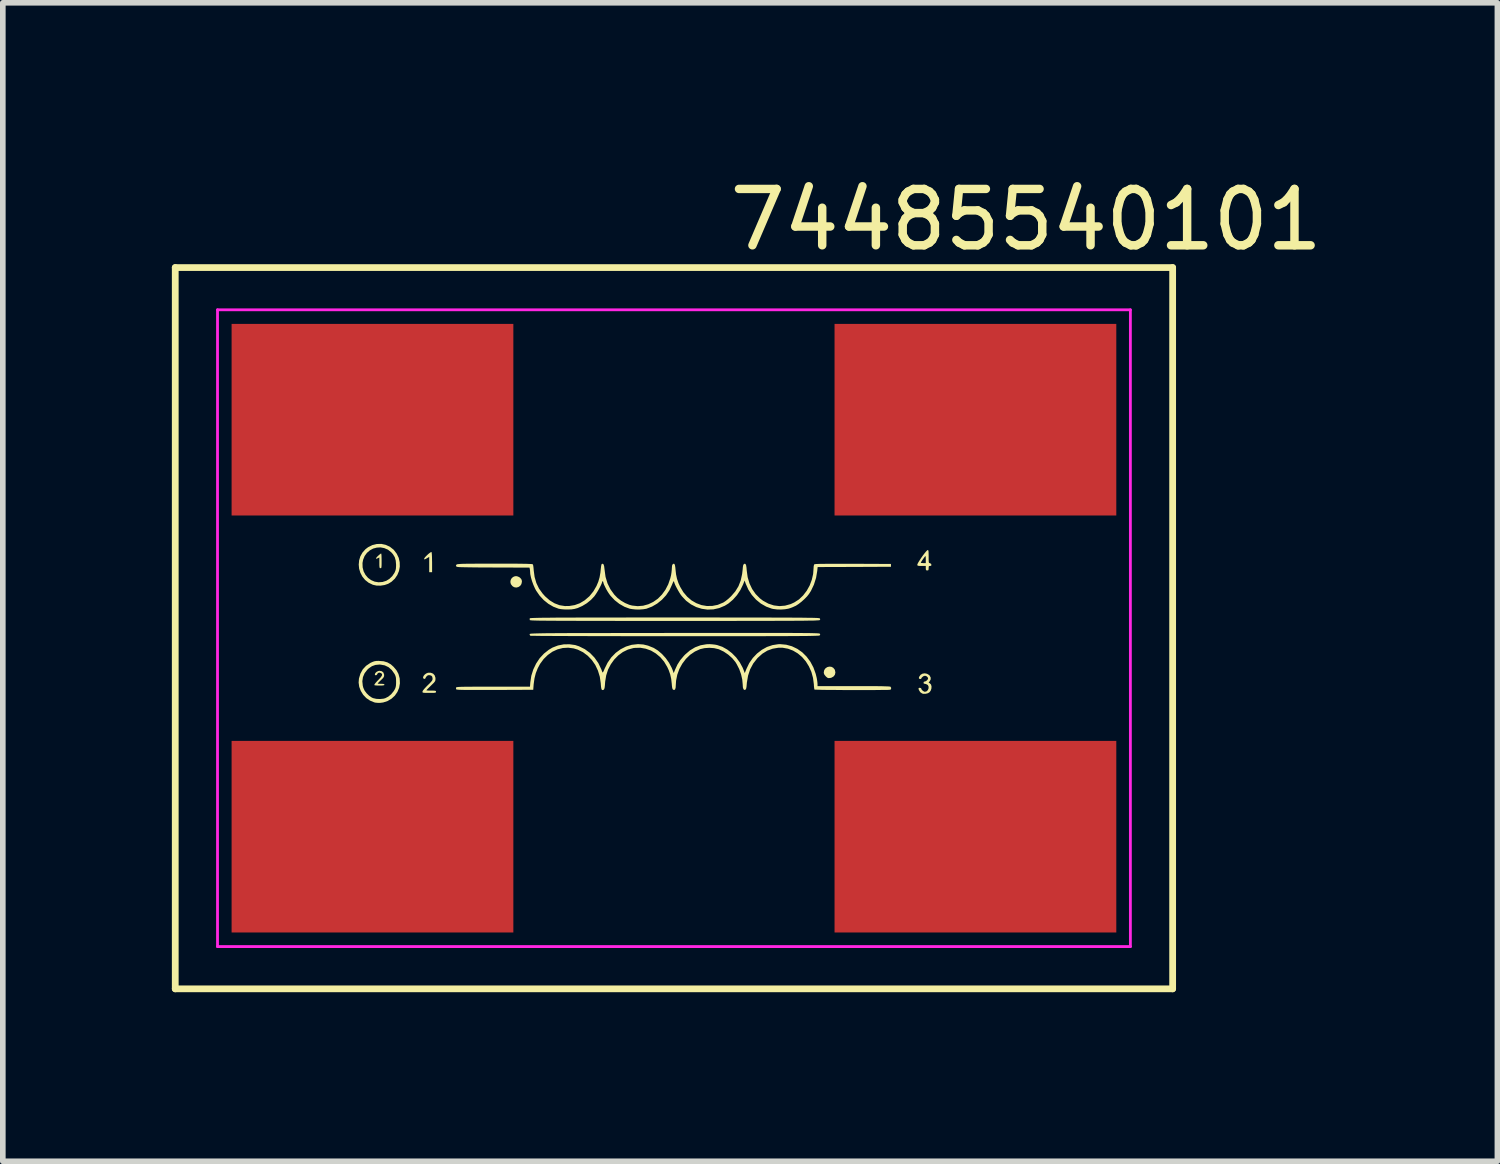
<source format=kicad_pcb>
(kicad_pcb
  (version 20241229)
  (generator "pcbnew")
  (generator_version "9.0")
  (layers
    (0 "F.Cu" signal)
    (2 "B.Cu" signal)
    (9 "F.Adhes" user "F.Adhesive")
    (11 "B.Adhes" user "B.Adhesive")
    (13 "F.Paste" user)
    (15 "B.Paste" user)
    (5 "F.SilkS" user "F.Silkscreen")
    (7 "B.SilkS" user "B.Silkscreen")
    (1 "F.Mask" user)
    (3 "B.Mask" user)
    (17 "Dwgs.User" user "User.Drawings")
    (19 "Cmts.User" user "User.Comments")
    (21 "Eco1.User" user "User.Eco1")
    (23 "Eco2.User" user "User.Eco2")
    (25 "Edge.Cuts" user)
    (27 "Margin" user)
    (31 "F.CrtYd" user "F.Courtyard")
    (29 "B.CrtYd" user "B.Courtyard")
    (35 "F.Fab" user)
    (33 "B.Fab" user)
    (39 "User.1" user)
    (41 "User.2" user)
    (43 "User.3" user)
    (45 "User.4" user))
  (footprint "74485540101"
    (layer "F.Cu")
    (at 8.91 8.098)
    (property "Reference" "74485540101" (at 6.25 -7.25 180) (layer "F.SilkS") (effects (font (size 1 1) (thickness 0.15))))
    (attr smd)
    (fp_line (start -8.85 -6.4) (end 8.85 -6.4) (stroke (width 0.12) (type default)) (layer "F.SilkS"))
    (fp_line (start -8.85 6.4) (end -8.85 -6.4) (stroke (width 0.12) (type default)) (layer "F.SilkS"))
    (fp_line (start 8.85 -6.4) (end 8.85 6.4) (stroke (width 0.12) (type default)) (layer "F.SilkS"))
    (fp_line (start 8.85 6.4) (end -8.85 6.4) (stroke (width 0.12) (type default)) (layer "F.SilkS"))
    (fp_poly (pts (xy -2.749 -0.908) (xy -2.731 -0.895) (xy -2.709 -0.871) (xy -2.7 -0.846) (xy -2.698 -0.825) (xy -2.707 -0.783) (xy -2.729 -0.751) (xy -2.761 -0.73) (xy -2.799 -0.721) (xy -2.837 -0.728) (xy -2.867 -0.747) (xy -2.894 -0.782) (xy -2.903 -0.819) (xy -2.898 -0.854) (xy -2.882 -0.884) (xy -2.856 -0.908) (xy -2.823 -0.922) (xy -2.787 -0.923)) (stroke (width 0) (type solid)) (fill yes) (layer "F.SilkS"))
    (fp_poly (pts (xy 2.793 0.685) (xy 2.826 0.702) (xy 2.851 0.732) (xy 2.856 0.741) (xy 2.865 0.786) (xy 2.856 0.826) (xy 2.831 0.858) (xy 2.793 0.879) (xy 2.77 0.884) (xy 2.744 0.886) (xy 2.724 0.88) (xy 2.703 0.863) (xy 2.694 0.854) (xy 2.67 0.825) (xy 2.66 0.798) (xy 2.659 0.783) (xy 2.667 0.743) (xy 2.689 0.712) (xy 2.72 0.691) (xy 2.756 0.682)) (stroke (width 0) (type solid)) (fill yes) (layer "F.SilkS"))
    (fp_poly (pts (xy -4.299 -1.339) (xy -4.296 -1.309) (xy -4.294 -1.263) (xy -4.293 -1.203) (xy -4.292 -1.17) (xy -4.292 -0.994) (xy -4.318 -0.994) (xy -4.343 -0.994) (xy -4.343 -1.129) (xy -4.343 -1.265) (xy -4.388 -1.239) (xy -4.414 -1.225) (xy -4.428 -1.221) (xy -4.433 -1.225) (xy -4.433 -1.232) (xy -4.426 -1.247) (xy -4.408 -1.269) (xy -4.383 -1.294) (xy -4.356 -1.319) (xy -4.33 -1.339) (xy -4.311 -1.351) (xy -4.303 -1.352)) (stroke (width 0) (type solid)) (fill yes) (layer "F.SilkS"))
    (fp_poly (pts (xy -5.193 -1.317) (xy -5.19 -1.291) (xy -5.189 -1.253) (xy -5.188 -1.205) (xy -5.188 -1.196) (xy -5.188 -1.142) (xy -5.189 -1.106) (xy -5.191 -1.083) (xy -5.194 -1.071) (xy -5.2 -1.066) (xy -5.208 -1.065) (xy -5.217 -1.066) (xy -5.223 -1.073) (xy -5.226 -1.089) (xy -5.228 -1.118) (xy -5.228 -1.161) (xy -5.228 -1.256) (xy -5.258 -1.241) (xy -5.28 -1.232) (xy -5.288 -1.236) (xy -5.282 -1.25) (xy -5.262 -1.273) (xy -5.246 -1.288) (xy -5.222 -1.309) (xy -5.203 -1.323) (xy -5.196 -1.326)) (stroke (width 0) (type solid)) (fill yes) (layer "F.SilkS"))
    (fp_poly (pts (xy -5.184 0.764) (xy -5.157 0.786) (xy -5.144 0.821) (xy -5.143 0.832) (xy -5.145 0.853) (xy -5.153 0.872) (xy -5.169 0.892) (xy -5.198 0.92) (xy -5.201 0.923) (xy -5.228 0.949) (xy -5.248 0.969) (xy -5.258 0.981) (xy -5.258 0.982) (xy -5.249 0.985) (xy -5.225 0.987) (xy -5.198 0.987) (xy -5.163 0.988) (xy -5.144 0.993) (xy -5.138 1.001) (xy -5.137 1.002) (xy -5.141 1.01) (xy -5.154 1.014) (xy -5.179 1.017) (xy -5.221 1.017) (xy -5.228 1.017) (xy -5.268 1.017) (xy -5.299 1.015) (xy -5.316 1.011) (xy -5.318 1.01) (xy -5.312 0.993) (xy -5.292 0.967) (xy -5.258 0.93) (xy -5.234 0.906) (xy -5.199 0.867) (xy -5.181 0.837) (xy -5.18 0.815) (xy -5.195 0.799) (xy -5.202 0.795) (xy -5.232 0.788) (xy -5.255 0.798) (xy -5.265 0.816) (xy -5.276 0.831) (xy -5.292 0.836) (xy -5.305 0.831) (xy -5.308 0.821) (xy -5.3 0.797) (xy -5.277 0.775) (xy -5.248 0.76) (xy -5.224 0.756)) (stroke (width 0) (type solid)) (fill yes) (layer "F.SilkS"))
    (fp_poly (pts (xy 4.491 0.809) (xy 4.527 0.83) (xy 4.539 0.843) (xy 4.557 0.878) (xy 4.555 0.912) (xy 4.539 0.94) (xy 4.519 0.966) (xy 4.539 0.977) (xy 4.561 0.999) (xy 4.571 1.032) (xy 4.569 1.07) (xy 4.557 1.107) (xy 4.536 1.136) (xy 4.507 1.154) (xy 4.468 1.164) (xy 4.428 1.165) (xy 4.404 1.159) (xy 4.37 1.135) (xy 4.347 1.097) (xy 4.343 1.085) (xy 4.34 1.066) (xy 4.349 1.059) (xy 4.363 1.058) (xy 4.382 1.062) (xy 4.389 1.071) (xy 4.397 1.092) (xy 4.418 1.112) (xy 4.442 1.126) (xy 4.455 1.128) (xy 4.484 1.12) (xy 4.506 1.098) (xy 4.518 1.069) (xy 4.519 1.038) (xy 4.507 1.012) (xy 4.497 1.003) (xy 4.472 0.991) (xy 4.452 0.987) (xy 4.433 0.982) (xy 4.429 0.967) (xy 4.436 0.95) (xy 4.449 0.947) (xy 4.471 0.94) (xy 4.493 0.923) (xy 4.508 0.902) (xy 4.51 0.894) (xy 4.501 0.868) (xy 4.478 0.85) (xy 4.454 0.844) (xy 4.425 0.853) (xy 4.399 0.875) (xy 4.387 0.897) (xy 4.376 0.903) (xy 4.362 0.9) (xy 4.348 0.893) (xy 4.346 0.882) (xy 4.353 0.861) (xy 4.354 0.859) (xy 4.377 0.827) (xy 4.411 0.807) (xy 4.451 0.801)) (stroke (width 0) (type solid)) (fill yes) (layer "F.SilkS"))
    (fp_poly (pts (xy -4.275 0.806) (xy -4.247 0.836) (xy -4.233 0.878) (xy -4.232 0.894) (xy -4.233 0.916) (xy -4.236 0.933) (xy -4.245 0.949) (xy -4.262 0.97) (xy -4.29 0.997) (xy -4.312 1.019) (xy -4.345 1.051) (xy -4.371 1.077) (xy -4.388 1.095) (xy -4.393 1.102) (xy -4.384 1.105) (xy -4.359 1.107) (xy -4.323 1.108) (xy -4.307 1.108) (xy -4.266 1.108) (xy -4.241 1.11) (xy -4.227 1.114) (xy -4.223 1.121) (xy -4.222 1.128) (xy -4.223 1.137) (xy -4.229 1.142) (xy -4.243 1.146) (xy -4.268 1.148) (xy -4.307 1.148) (xy -4.343 1.148) (xy -4.394 1.148) (xy -4.428 1.147) (xy -4.448 1.145) (xy -4.459 1.141) (xy -4.463 1.134) (xy -4.463 1.126) (xy -4.455 1.107) (xy -4.431 1.077) (xy -4.392 1.035) (xy -4.372 1.015) (xy -4.334 0.978) (xy -4.309 0.951) (xy -4.294 0.932) (xy -4.286 0.917) (xy -4.284 0.902) (xy -4.284 0.889) (xy -4.29 0.86) (xy -4.306 0.843) (xy -4.314 0.839) (xy -4.349 0.832) (xy -4.379 0.843) (xy -4.401 0.868) (xy -4.404 0.875) (xy -4.415 0.896) (xy -4.43 0.9) (xy -4.434 0.9) (xy -4.45 0.888) (xy -4.452 0.869) (xy -4.442 0.846) (xy -4.423 0.823) (xy -4.398 0.804) (xy -4.368 0.792) (xy -4.365 0.791) (xy -4.315 0.791)) (stroke (width 0) (type solid)) (fill yes) (layer "F.SilkS"))
    (fp_poly (pts (xy 4.51 -1.385) (xy 4.515 -1.377) (xy 4.518 -1.36) (xy 4.519 -1.329) (xy 4.52 -1.283) (xy 4.52 -1.272) (xy 4.52 -1.222) (xy 4.521 -1.189) (xy 4.523 -1.169) (xy 4.528 -1.159) (xy 4.535 -1.155) (xy 4.542 -1.154) (xy 4.563 -1.142) (xy 4.568 -1.128) (xy 4.567 -1.111) (xy 4.552 -1.105) (xy 4.545 -1.105) (xy 4.529 -1.103) (xy 4.521 -1.093) (xy 4.52 -1.069) (xy 4.52 -1.065) (xy 4.518 -1.039) (xy 4.512 -1.027) (xy 4.497 -1.025) (xy 4.494 -1.025) (xy 4.478 -1.027) (xy 4.471 -1.037) (xy 4.469 -1.061) (xy 4.469 -1.065) (xy 4.469 -1.105) (xy 4.394 -1.105) (xy 4.355 -1.105) (xy 4.333 -1.108) (xy 4.322 -1.113) (xy 4.319 -1.121) (xy 4.318 -1.126) (xy 4.324 -1.143) (xy 4.334 -1.162) (xy 4.379 -1.162) (xy 4.388 -1.158) (xy 4.411 -1.156) (xy 4.424 -1.155) (xy 4.469 -1.155) (xy 4.469 -1.223) (xy 4.468 -1.255) (xy 4.465 -1.276) (xy 4.461 -1.281) (xy 4.461 -1.281) (xy 4.447 -1.263) (xy 4.429 -1.238) (xy 4.409 -1.21) (xy 4.392 -1.184) (xy 4.381 -1.166) (xy 4.379 -1.162) (xy 4.334 -1.162) (xy 4.339 -1.172) (xy 4.362 -1.208) (xy 4.388 -1.248) (xy 4.417 -1.289) (xy 4.446 -1.327) (xy 4.471 -1.358) (xy 4.491 -1.379) (xy 4.502 -1.387)) (stroke (width 0) (type solid)) (fill yes) (layer "F.SilkS"))
    (fp_poly (pts (xy -5.115 -1.479) (xy -5.042 -1.446) (xy -4.977 -1.395) (xy -4.97 -1.388) (xy -4.919 -1.321) (xy -4.884 -1.248) (xy -4.867 -1.171) (xy -4.865 -1.093) (xy -4.879 -1.016) (xy -4.909 -0.944) (xy -4.953 -0.879) (xy -5.012 -0.824) (xy -5.071 -0.788) (xy -5.135 -0.766) (xy -5.206 -0.755) (xy -5.277 -0.756) (xy -5.341 -0.77) (xy -5.344 -0.771) (xy -5.419 -0.807) (xy -5.481 -0.856) (xy -5.53 -0.916) (xy -5.565 -0.983) (xy -5.587 -1.055) (xy -5.594 -1.13) (xy -5.591 -1.157) (xy -5.527 -1.157) (xy -5.525 -1.079) (xy -5.507 -1.008) (xy -5.474 -0.946) (xy -5.429 -0.893) (xy -5.374 -0.853) (xy -5.311 -0.826) (xy -5.243 -0.815) (xy -5.172 -0.82) (xy -5.105 -0.841) (xy -5.05 -0.875) (xy -5 -0.923) (xy -4.961 -0.98) (xy -4.956 -0.99) (xy -4.943 -1.021) (xy -4.935 -1.051) (xy -4.932 -1.09) (xy -4.931 -1.125) (xy -4.937 -1.198) (xy -4.954 -1.259) (xy -4.986 -1.312) (xy -5.016 -1.346) (xy -5.075 -1.393) (xy -5.14 -1.421) (xy -5.207 -1.434) (xy -5.273 -1.43) (xy -5.338 -1.413) (xy -5.397 -1.381) (xy -5.448 -1.337) (xy -5.489 -1.281) (xy -5.516 -1.215) (xy -5.527 -1.157) (xy -5.591 -1.157) (xy -5.587 -1.204) (xy -5.565 -1.276) (xy -5.527 -1.343) (xy -5.474 -1.402) (xy -5.428 -1.437) (xy -5.352 -1.475) (xy -5.273 -1.494) (xy -5.193 -1.496)) (stroke (width 0) (type solid)) (fill yes) (layer "F.SilkS"))
    (fp_poly (pts (xy -5.233 0.581) (xy -5.153 0.587) (xy -5.085 0.607) (xy -5.024 0.642) (xy -4.976 0.685) (xy -4.924 0.746) (xy -4.889 0.811) (xy -4.869 0.884) (xy -4.867 0.893) (xy -4.863 0.978) (xy -4.877 1.058) (xy -4.908 1.132) (xy -4.953 1.197) (xy -5.012 1.251) (xy -5.081 1.292) (xy -5.159 1.318) (xy -5.213 1.325) (xy -5.255 1.325) (xy -5.298 1.321) (xy -5.319 1.316) (xy -5.394 1.285) (xy -5.46 1.24) (xy -5.515 1.182) (xy -5.557 1.114) (xy -5.585 1.041) (xy -5.596 0.964) (xy -5.594 0.942) (xy -5.53 0.942) (xy -5.522 1.022) (xy -5.512 1.059) (xy -5.49 1.107) (xy -5.454 1.155) (xy -5.41 1.198) (xy -5.363 1.23) (xy -5.339 1.241) (xy -5.282 1.254) (xy -5.218 1.257) (xy -5.156 1.251) (xy -5.125 1.243) (xy -5.07 1.215) (xy -5.018 1.172) (xy -4.975 1.119) (xy -4.961 1.097) (xy -4.946 1.068) (xy -4.938 1.043) (xy -4.933 1.014) (xy -4.931 0.976) (xy -4.931 0.952) (xy -4.932 0.906) (xy -4.935 0.874) (xy -4.942 0.848) (xy -4.953 0.822) (xy -4.961 0.808) (xy -5.008 0.742) (xy -5.065 0.692) (xy -5.132 0.66) (xy -5.207 0.646) (xy -5.228 0.645) (xy -5.298 0.652) (xy -5.359 0.674) (xy -5.415 0.712) (xy -5.44 0.735) (xy -5.489 0.798) (xy -5.519 0.867) (xy -5.53 0.942) (xy -5.594 0.942) (xy -5.59 0.893) (xy -5.564 0.806) (xy -5.522 0.73) (xy -5.464 0.668) (xy -5.392 0.619) (xy -5.381 0.613) (xy -5.343 0.596) (xy -5.312 0.586) (xy -5.279 0.581) (xy -5.235 0.58)) (stroke (width 0) (type solid)) (fill yes) (layer "F.SilkS"))
    (fp_poly (pts (xy 1.522 0.084) (xy 1.672 0.084) (xy 1.808 0.084) (xy 1.929 0.084) (xy 2.038 0.084) (xy 2.134 0.085) (xy 2.219 0.085) (xy 2.293 0.086) (xy 2.356 0.086) (xy 2.41 0.087) (xy 2.456 0.088) (xy 2.493 0.089) (xy 2.523 0.09) (xy 2.547 0.091) (xy 2.564 0.092) (xy 2.576 0.094) (xy 2.584 0.095) (xy 2.588 0.097) (xy 2.588 0.097) (xy 2.596 0.113) (xy 2.588 0.127) (xy 2.585 0.129) (xy 2.579 0.13) (xy 2.568 0.132) (xy 2.552 0.133) (xy 2.53 0.134) (xy 2.502 0.135) (xy 2.466 0.136) (xy 2.423 0.137) (xy 2.371 0.138) (xy 2.309 0.139) (xy 2.238 0.139) (xy 2.156 0.14) (xy 2.062 0.14) (xy 1.956 0.141) (xy 1.838 0.141) (xy 1.705 0.141) (xy 1.559 0.142) (xy 1.397 0.142) (xy 1.22 0.142) (xy 1.026 0.142) (xy 0.815 0.142) (xy 0.587 0.142) (xy 0.34 0.142) (xy 0.073 0.142) (xy 0.019 0.142) (xy -0.206 0.142) (xy -0.427 0.142) (xy -0.641 0.142) (xy -0.848 0.142) (xy -1.048 0.141) (xy -1.239 0.141) (xy -1.42 0.141) (xy -1.591 0.14) (xy -1.751 0.14) (xy -1.899 0.139) (xy -2.034 0.139) (xy -2.155 0.138) (xy -2.262 0.137) (xy -2.353 0.137) (xy -2.428 0.136) (xy -2.486 0.135) (xy -2.526 0.135) (xy -2.547 0.134) (xy -2.551 0.133) (xy -2.56 0.117) (xy -2.561 0.106) (xy -2.56 0.104) (xy -2.558 0.102) (xy -2.554 0.1) (xy -2.547 0.099) (xy -2.537 0.097) (xy -2.523 0.096) (xy -2.504 0.095) (xy -2.479 0.094) (xy -2.448 0.093) (xy -2.411 0.092) (xy -2.365 0.091) (xy -2.311 0.09) (xy -2.247 0.089) (xy -2.174 0.089) (xy -2.09 0.088) (xy -1.994 0.088) (xy -1.886 0.087) (xy -1.766 0.087) (xy -1.632 0.087) (xy -1.483 0.086) (xy -1.32 0.086) (xy -1.141 0.086) (xy -0.945 0.085) (xy -0.732 0.085) (xy -0.501 0.085) (xy -0.251 0.085) (xy 0.009 0.084) (xy 0.28 0.084) (xy 0.532 0.084) (xy 0.764 0.084) (xy 0.979 0.084) (xy 1.176 0.084) (xy 1.357 0.084)) (stroke (width 0) (type solid)) (fill yes) (layer "F.SilkS"))
    (fp_poly (pts (xy 0.282 -0.19) (xy 0.534 -0.19) (xy 0.766 -0.19) (xy 0.981 -0.189) (xy 1.178 -0.189) (xy 1.359 -0.189) (xy 1.524 -0.189) (xy 1.674 -0.189) (xy 1.809 -0.188) (xy 1.931 -0.188) (xy 2.039 -0.188) (xy 2.136 -0.187) (xy 2.22 -0.187) (xy 2.294 -0.186) (xy 2.358 -0.185) (xy 2.412 -0.185) (xy 2.457 -0.184) (xy 2.494 -0.183) (xy 2.524 -0.182) (xy 2.547 -0.181) (xy 2.565 -0.179) (xy 2.577 -0.178) (xy 2.584 -0.176) (xy 2.588 -0.175) (xy 2.588 -0.175) (xy 2.596 -0.158) (xy 2.588 -0.144) (xy 2.585 -0.143) (xy 2.579 -0.141) (xy 2.568 -0.14) (xy 2.552 -0.139) (xy 2.53 -0.138) (xy 2.502 -0.136) (xy 2.466 -0.135) (xy 2.423 -0.135) (xy 2.371 -0.134) (xy 2.309 -0.133) (xy 2.238 -0.132) (xy 2.156 -0.132) (xy 2.062 -0.131) (xy 1.957 -0.131) (xy 1.838 -0.131) (xy 1.706 -0.13) (xy 1.56 -0.13) (xy 1.398 -0.13) (xy 1.221 -0.13) (xy 1.028 -0.129) (xy 0.817 -0.129) (xy 0.588 -0.129) (xy 0.341 -0.129) (xy 0.075 -0.129) (xy 0.011 -0.129) (xy -0.259 -0.129) (xy -0.51 -0.129) (xy -0.743 -0.129) (xy -0.957 -0.129) (xy -1.155 -0.13) (xy -1.335 -0.13) (xy -1.5 -0.13) (xy -1.65 -0.13) (xy -1.785 -0.131) (xy -1.906 -0.131) (xy -2.015 -0.131) (xy -2.111 -0.132) (xy -2.195 -0.132) (xy -2.269 -0.133) (xy -2.332 -0.134) (xy -2.386 -0.134) (xy -2.431 -0.135) (xy -2.467 -0.136) (xy -2.497 -0.137) (xy -2.52 -0.138) (xy -2.537 -0.14) (xy -2.548 -0.141) (xy -2.555 -0.142) (xy -2.558 -0.144) (xy -2.559 -0.144) (xy -2.56 -0.167) (xy -2.559 -0.175) (xy -2.556 -0.176) (xy -2.55 -0.178) (xy -2.54 -0.179) (xy -2.525 -0.18) (xy -2.504 -0.181) (xy -2.476 -0.182) (xy -2.441 -0.183) (xy -2.399 -0.184) (xy -2.347 -0.185) (xy -2.287 -0.186) (xy -2.216 -0.186) (xy -2.135 -0.187) (xy -2.042 -0.188) (xy -1.937 -0.188) (xy -1.819 -0.188) (xy -1.688 -0.189) (xy -1.542 -0.189) (xy -1.382 -0.189) (xy -1.205 -0.189) (xy -1.013 -0.189) (xy -0.803 -0.19) (xy -0.575 -0.19) (xy -0.329 -0.19) (xy -0.064 -0.19) (xy 0.011 -0.19)) (stroke (width 0) (type solid)) (fill yes) (layer "F.SilkS"))
    (fp_poly (pts (xy 1.992 0.293) (xy 2.094 0.321) (xy 2.19 0.367) (xy 2.277 0.428) (xy 2.354 0.505) (xy 2.421 0.595) (xy 2.475 0.697) (xy 2.516 0.811) (xy 2.534 0.885) (xy 2.541 0.927) (xy 2.546 0.965) (xy 2.548 0.993) (xy 2.548 0.993) (xy 2.548 1.028) (xy 3.19 1.028) (xy 3.328 1.028) (xy 3.446 1.028) (xy 3.547 1.028) (xy 3.631 1.029) (xy 3.699 1.03) (xy 3.753 1.032) (xy 3.793 1.033) (xy 3.821 1.035) (xy 3.838 1.037) (xy 3.844 1.04) (xy 3.855 1.06) (xy 3.852 1.081) (xy 3.84 1.092) (xy 3.826 1.093) (xy 3.795 1.095) (xy 3.748 1.096) (xy 3.687 1.096) (xy 3.614 1.097) (xy 3.532 1.098) (xy 3.442 1.098) (xy 3.346 1.098) (xy 3.247 1.098) (xy 3.146 1.098) (xy 3.046 1.098) (xy 2.948 1.097) (xy 2.854 1.096) (xy 2.767 1.096) (xy 2.688 1.095) (xy 2.62 1.094) (xy 2.565 1.092) (xy 2.524 1.091) (xy 2.499 1.09) (xy 2.493 1.089) (xy 2.49 1.075) (xy 2.486 1.046) (xy 2.483 1.009) (xy 2.483 0.997) (xy 2.468 0.883) (xy 2.439 0.776) (xy 2.395 0.678) (xy 2.34 0.589) (xy 2.274 0.512) (xy 2.198 0.448) (xy 2.114 0.398) (xy 2.024 0.364) (xy 1.929 0.347) (xy 1.853 0.347) (xy 1.752 0.364) (xy 1.658 0.398) (xy 1.57 0.452) (xy 1.489 0.524) (xy 1.478 0.536) (xy 1.407 0.627) (xy 1.352 0.73) (xy 1.315 0.843) (xy 1.294 0.967) (xy 1.292 0.991) (xy 1.288 1.037) (xy 1.283 1.066) (xy 1.276 1.084) (xy 1.267 1.092) (xy 1.248 1.096) (xy 1.233 1.081) (xy 1.223 1.049) (xy 1.22 0.999) (xy 1.22 0.998) (xy 1.212 0.911) (xy 1.191 0.818) (xy 1.158 0.725) (xy 1.114 0.639) (xy 1.091 0.601) (xy 1.034 0.532) (xy 0.963 0.469) (xy 0.883 0.415) (xy 0.801 0.376) (xy 0.79 0.372) (xy 0.712 0.354) (xy 0.627 0.348) (xy 0.542 0.354) (xy 0.464 0.372) (xy 0.464 0.372) (xy 0.372 0.414) (xy 0.287 0.472) (xy 0.212 0.545) (xy 0.148 0.63) (xy 0.096 0.724) (xy 0.059 0.825) (xy 0.038 0.93) (xy 0.033 1.004) (xy 0.03 1.054) (xy 0.021 1.085) (xy 0.005 1.097) (xy -0.015 1.091) (xy -0.024 1.081) (xy -0.031 1.059) (xy -0.036 1.024) (xy -0.039 0.986) (xy -0.049 0.899) (xy -0.066 0.822) (xy -0.092 0.747) (xy -0.119 0.688) (xy -0.175 0.594) (xy -0.243 0.514) (xy -0.322 0.448) (xy -0.408 0.397) (xy -0.501 0.364) (xy -0.598 0.347) (xy -0.698 0.35) (xy -0.721 0.353) (xy -0.816 0.379) (xy -0.906 0.423) (xy -0.987 0.482) (xy -1.059 0.555) (xy -1.12 0.64) (xy -1.169 0.734) (xy -1.202 0.837) (xy -1.22 0.945) (xy -1.222 0.967) (xy -1.226 1.022) (xy -1.231 1.06) (xy -1.239 1.083) (xy -1.251 1.095) (xy -1.265 1.098) (xy -1.276 1.096) (xy -1.283 1.088) (xy -1.289 1.07) (xy -1.294 1.04) (xy -1.298 0.994) (xy -1.299 0.977) (xy -1.316 0.861) (xy -1.349 0.753) (xy -1.396 0.653) (xy -1.457 0.565) (xy -1.53 0.489) (xy -1.613 0.427) (xy -1.706 0.381) (xy -1.778 0.359) (xy -1.876 0.346) (xy -1.973 0.352) (xy -2.067 0.376) (xy -2.156 0.417) (xy -2.238 0.475) (xy -2.312 0.547) (xy -2.376 0.634) (xy -2.417 0.711) (xy -2.452 0.799) (xy -2.475 0.89) (xy -2.489 0.991) (xy -2.49 1) (xy -2.497 1.093) (xy -3.179 1.096) (xy -3.314 1.096) (xy -3.43 1.096) (xy -3.529 1.096) (xy -3.612 1.096) (xy -3.68 1.096) (xy -3.735 1.095) (xy -3.779 1.094) (xy -3.812 1.093) (xy -3.835 1.091) (xy -3.851 1.089) (xy -3.861 1.087) (xy -3.865 1.084) (xy -3.866 1.083) (xy -3.868 1.06) (xy -3.866 1.053) (xy -3.863 1.05) (xy -3.855 1.047) (xy -3.842 1.045) (xy -3.821 1.043) (xy -3.791 1.041) (xy -3.751 1.04) (xy -3.699 1.039) (xy -3.634 1.039) (xy -3.555 1.038) (xy -3.46 1.038) (xy -3.348 1.038) (xy -3.217 1.038) (xy -3.208 1.038) (xy -2.555 1.038) (xy -2.549 0.96) (xy -2.531 0.843) (xy -2.496 0.732) (xy -2.446 0.628) (xy -2.383 0.533) (xy -2.307 0.451) (xy -2.221 0.383) (xy -2.155 0.344) (xy -2.059 0.307) (xy -1.957 0.287) (xy -1.854 0.285) (xy -1.753 0.299) (xy -1.685 0.321) (xy -1.582 0.372) (xy -1.49 0.439) (xy -1.41 0.522) (xy -1.342 0.619) (xy -1.289 0.73) (xy -1.27 0.781) (xy -1.265 0.786) (xy -1.257 0.778) (xy -1.245 0.754) (xy -1.231 0.72) (xy -1.178 0.613) (xy -1.112 0.518) (xy -1.034 0.438) (xy -0.947 0.374) (xy -0.852 0.326) (xy -0.75 0.295) (xy -0.642 0.283) (xy -0.63 0.283) (xy -0.544 0.289) (xy -0.461 0.309) (xy -0.374 0.344) (xy -0.359 0.35) (xy -0.285 0.396) (xy -0.212 0.458) (xy -0.145 0.532) (xy -0.087 0.614) (xy -0.041 0.701) (xy -0.025 0.739) (xy -0.004 0.797) (xy 0.021 0.734) (xy 0.062 0.645) (xy 0.112 0.567) (xy 0.175 0.492) (xy 0.198 0.468) (xy 0.284 0.394) (xy 0.376 0.339) (xy 0.473 0.303) (xy 0.577 0.285) (xy 0.63 0.283) (xy 0.679 0.286) (xy 0.731 0.292) (xy 0.766 0.299) (xy 0.858 0.33) (xy 0.946 0.379) (xy 1.029 0.443) (xy 1.104 0.519) (xy 1.168 0.606) (xy 1.219 0.7) (xy 1.23 0.727) (xy 1.257 0.797) (xy 1.285 0.725) (xy 1.335 0.621) (xy 1.399 0.529) (xy 1.474 0.45) (xy 1.559 0.384) (xy 1.651 0.333) (xy 1.75 0.3) (xy 1.852 0.284) (xy 1.884 0.283)) (stroke (width 0) (type solid)) (fill yes) (layer "F.SilkS"))
    (fp_poly (pts (xy -3.037 -1.145) (xy -2.919 -1.145) (xy -2.818 -1.145) (xy -2.733 -1.144) (xy -2.664 -1.143) (xy -2.609 -1.142) (xy -2.567 -1.14) (xy -2.537 -1.139) (xy -2.517 -1.137) (xy -2.507 -1.134) (xy -2.504 -1.133) (xy -2.499 -1.118) (xy -2.494 -1.088) (xy -2.49 -1.048) (xy -2.489 -1.03) (xy -2.473 -0.91) (xy -2.442 -0.802) (xy -2.395 -0.704) (xy -2.33 -0.614) (xy -2.286 -0.565) (xy -2.205 -0.494) (xy -2.12 -0.442) (xy -2.031 -0.408) (xy -1.936 -0.393) (xy -1.858 -0.394) (xy -1.761 -0.41) (xy -1.672 -0.442) (xy -1.585 -0.494) (xy -1.584 -0.495) (xy -1.5 -0.567) (xy -1.429 -0.655) (xy -1.375 -0.748) (xy -1.343 -0.824) (xy -1.32 -0.902) (xy -1.305 -0.988) (xy -1.299 -1.048) (xy -1.293 -1.098) (xy -1.287 -1.129) (xy -1.278 -1.142) (xy -1.278 -1.142) (xy -1.261 -1.143) (xy -1.248 -1.13) (xy -1.239 -1.1) (xy -1.233 -1.053) (xy -1.231 -1.037) (xy -1.214 -0.911) (xy -1.179 -0.795) (xy -1.127 -0.69) (xy -1.059 -0.596) (xy -1.004 -0.539) (xy -0.941 -0.49) (xy -0.868 -0.447) (xy -0.792 -0.415) (xy -0.743 -0.402) (xy -0.644 -0.391) (xy -0.547 -0.399) (xy -0.453 -0.425) (xy -0.366 -0.467) (xy -0.285 -0.524) (xy -0.214 -0.596) (xy -0.152 -0.681) (xy -0.102 -0.778) (xy -0.065 -0.885) (xy -0.051 -0.942) (xy -0.044 -0.988) (xy -0.039 -1.035) (xy -0.037 -1.069) (xy -0.034 -1.11) (xy -0.024 -1.133) (xy -0.022 -1.135) (xy -0.005 -1.145) (xy 0.008 -1.14) (xy 0.017 -1.12) (xy 0.024 -1.081) (xy 0.027 -1.048) (xy 0.037 -0.957) (xy 0.054 -0.877) (xy 0.08 -0.8) (xy 0.111 -0.733) (xy 0.167 -0.639) (xy 0.235 -0.559) (xy 0.312 -0.493) (xy 0.397 -0.444) (xy 0.488 -0.41) (xy 0.582 -0.394) (xy 0.679 -0.395) (xy 0.776 -0.414) (xy 0.87 -0.453) (xy 0.872 -0.453) (xy 0.915 -0.481) (xy 0.965 -0.521) (xy 1.015 -0.568) (xy 1.088 -0.652) (xy 1.145 -0.745) (xy 1.185 -0.848) (xy 1.21 -0.962) (xy 1.219 -1.039) (xy 1.223 -1.085) (xy 1.228 -1.115) (xy 1.236 -1.132) (xy 1.243 -1.139) (xy 1.259 -1.145) (xy 1.271 -1.137) (xy 1.281 -1.115) (xy 1.287 -1.076) (xy 1.292 -1.021) (xy 1.308 -0.905) (xy 1.34 -0.796) (xy 1.388 -0.695) (xy 1.45 -0.606) (xy 1.525 -0.53) (xy 1.58 -0.488) (xy 1.675 -0.436) (xy 1.773 -0.404) (xy 1.872 -0.392) (xy 1.971 -0.4) (xy 2.07 -0.427) (xy 2.137 -0.458) (xy 2.219 -0.511) (xy 2.292 -0.581) (xy 2.356 -0.664) (xy 2.408 -0.757) (xy 2.446 -0.858) (xy 2.47 -0.962) (xy 2.477 -1.056) (xy 2.48 -1.101) (xy 2.487 -1.128) (xy 2.491 -1.134) (xy 2.501 -1.136) (xy 2.523 -1.139) (xy 2.558 -1.14) (xy 2.608 -1.142) (xy 2.674 -1.142) (xy 2.756 -1.143) (xy 2.855 -1.143) (xy 2.971 -1.143) (xy 3.107 -1.143) (xy 3.178 -1.143) (xy 3.851 -1.14) (xy 3.851 -1.115) (xy 3.851 -1.09) (xy 3.2 -1.087) (xy 2.55 -1.085) (xy 2.543 -1.017) (xy 2.522 -0.893) (xy 2.484 -0.773) (xy 2.432 -0.663) (xy 2.397 -0.608) (xy 2.362 -0.564) (xy 2.316 -0.517) (xy 2.264 -0.47) (xy 2.211 -0.429) (xy 2.163 -0.398) (xy 2.153 -0.394) (xy 2.11 -0.374) (xy 2.063 -0.356) (xy 2.029 -0.346) (xy 1.97 -0.336) (xy 1.9 -0.331) (xy 1.829 -0.333) (xy 1.764 -0.341) (xy 1.738 -0.346) (xy 1.637 -0.383) (xy 1.542 -0.437) (xy 1.457 -0.506) (xy 1.382 -0.59) (xy 1.32 -0.685) (xy 1.274 -0.789) (xy 1.271 -0.797) (xy 1.254 -0.846) (xy 1.226 -0.774) (xy 1.179 -0.677) (xy 1.119 -0.587) (xy 1.047 -0.506) (xy 0.968 -0.439) (xy 0.903 -0.399) (xy 0.803 -0.357) (xy 0.7 -0.334) (xy 0.596 -0.33) (xy 0.494 -0.344) (xy 0.395 -0.375) (xy 0.302 -0.423) (xy 0.216 -0.487) (xy 0.14 -0.568) (xy 0.118 -0.597) (xy 0.096 -0.631) (xy 0.072 -0.672) (xy 0.048 -0.716) (xy 0.027 -0.757) (xy 0.012 -0.792) (xy 0.004 -0.816) (xy 0.003 -0.821) (xy 0.000112 -0.834) (xy -0.008 -0.829) (xy -0.019 -0.809) (xy -0.034 -0.773) (xy -0.035 -0.77) (xy -0.079 -0.674) (xy -0.139 -0.585) (xy -0.213 -0.505) (xy -0.297 -0.437) (xy -0.388 -0.384) (xy -0.484 -0.347) (xy -0.49 -0.345) (xy -0.545 -0.336) (xy -0.611 -0.331) (xy -0.68 -0.332) (xy -0.745 -0.339) (xy -0.785 -0.346) (xy -0.878 -0.38) (xy -0.968 -0.431) (xy -1.052 -0.497) (xy -1.126 -0.576) (xy -1.149 -0.607) (xy -1.174 -0.645) (xy -1.2 -0.689) (xy -1.222 -0.733) (xy -1.241 -0.773) (xy -1.252 -0.804) (xy -1.254 -0.818) (xy -1.26 -0.832) (xy -1.265 -0.833) (xy -1.274 -0.825) (xy -1.275 -0.819) (xy -1.28 -0.8) (xy -1.293 -0.769) (xy -1.313 -0.729) (xy -1.337 -0.684) (xy -1.363 -0.64) (xy -1.388 -0.601) (xy -1.41 -0.57) (xy -1.41 -0.569) (xy -1.472 -0.503) (xy -1.546 -0.443) (xy -1.627 -0.394) (xy -1.71 -0.357) (xy -1.765 -0.342) (xy -1.818 -0.334) (xy -1.881 -0.332) (xy -1.946 -0.333) (xy -2.005 -0.338) (xy -2.048 -0.346) (xy -2.14 -0.381) (xy -2.229 -0.433) (xy -2.311 -0.499) (xy -2.384 -0.578) (xy -2.445 -0.666) (xy -2.465 -0.703) (xy -2.494 -0.768) (xy -2.519 -0.836) (xy -2.538 -0.902) (xy -2.55 -0.96) (xy -2.552 -0.993) (xy -2.554 -1.025) (xy -2.558 -1.051) (xy -2.558 -1.052) (xy -2.564 -1.075) (xy -3.209 -1.077) (xy -3.338 -1.078) (xy -3.45 -1.078) (xy -3.544 -1.079) (xy -3.622 -1.08) (xy -3.686 -1.081) (xy -3.738 -1.082) (xy -3.778 -1.083) (xy -3.808 -1.084) (xy -3.83 -1.086) (xy -3.845 -1.088) (xy -3.855 -1.091) (xy -3.86 -1.094) (xy -3.864 -1.098) (xy -3.864 -1.098) (xy -3.869 -1.115) (xy -3.858 -1.129) (xy -3.855 -1.131) (xy -3.849 -1.134) (xy -3.837 -1.136) (xy -3.819 -1.138) (xy -3.793 -1.14) (xy -3.757 -1.142) (xy -3.71 -1.143) (xy -3.651 -1.144) (xy -3.579 -1.144) (xy -3.491 -1.145) (xy -3.387 -1.145) (xy -3.265 -1.145) (xy -3.175 -1.145)) (stroke (width 0) (type solid)) (fill yes) (layer "F.SilkS"))
    (fp_line (start -8.1 -5.65) (end 8.1 -5.65) (stroke (width 0.05) (type default)) (layer "F.CrtYd"))
    (fp_line (start -8.1 5.65) (end -8.1 -5.65) (stroke (width 0.05) (type default)) (layer "F.CrtYd"))
    (fp_line (start 8.1 -5.65) (end 8.1 5.65) (stroke (width 0.05) (type default)) (layer "F.CrtYd"))
    (fp_line (start 8.1 5.65) (end -8.1 5.65) (stroke (width 0.05) (type default)) (layer "F.CrtYd"))
    (pad "1" smd rect (at -5.35 -3.7) (size 5 3.4) (layers "F.Cu" "F.Mask" "F.Paste"))
    (pad "2" smd rect (at -5.35 3.7) (size 5 3.4) (layers "F.Cu" "F.Mask" "F.Paste"))
    (pad "3" smd rect (at 5.35 3.7) (size 5 3.4) (layers "F.Cu" "F.Mask" "F.Paste"))
    (pad "4" smd rect (at 5.35 -3.7) (size 5 3.4) (layers "F.Cu" "F.Mask" "F.Paste")))
  (gr_rect
    (start -3 -3)
    (end 23.523 17.558)
    (stroke (width 0.1) (type default))
    (fill no)
    (layer "Edge.Cuts")))
</source>
